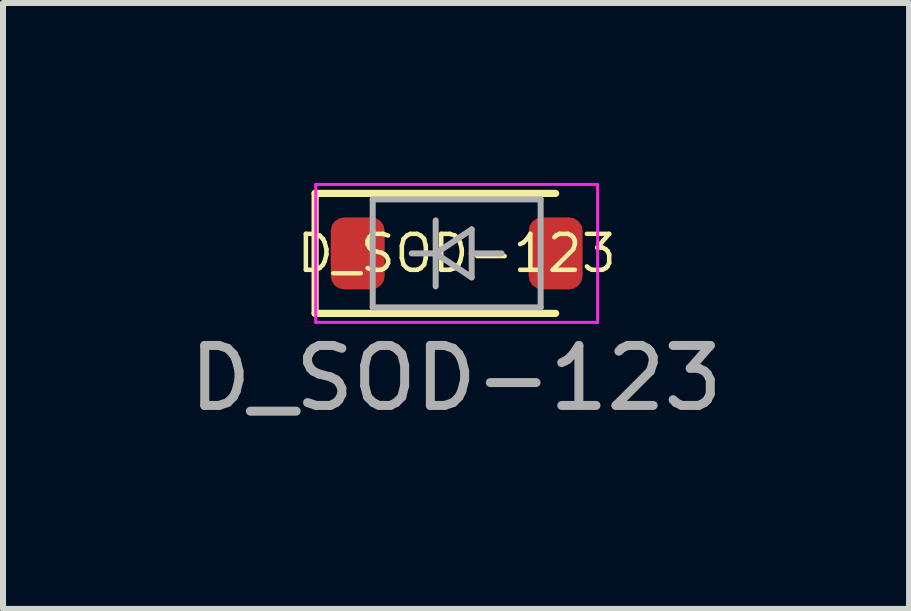
<source format=kicad_pcb>
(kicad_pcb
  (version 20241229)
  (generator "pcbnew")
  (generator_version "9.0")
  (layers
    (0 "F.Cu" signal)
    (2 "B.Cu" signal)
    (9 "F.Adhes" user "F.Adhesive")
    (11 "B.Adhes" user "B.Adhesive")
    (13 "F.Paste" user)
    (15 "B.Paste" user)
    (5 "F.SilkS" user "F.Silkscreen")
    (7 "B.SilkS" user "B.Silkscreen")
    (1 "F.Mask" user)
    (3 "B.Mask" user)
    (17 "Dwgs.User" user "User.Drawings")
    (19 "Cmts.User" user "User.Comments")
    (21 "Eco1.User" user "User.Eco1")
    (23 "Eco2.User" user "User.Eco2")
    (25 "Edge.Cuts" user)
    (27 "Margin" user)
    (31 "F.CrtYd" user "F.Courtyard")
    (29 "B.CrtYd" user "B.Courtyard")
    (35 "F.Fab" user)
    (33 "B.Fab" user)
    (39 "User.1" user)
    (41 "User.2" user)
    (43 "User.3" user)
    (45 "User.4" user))
  (footprint "D_SOD-123"
    (layer "F.Cu")
    (at 5.514 1.175)
    (property "Reference" "D_SOD-123" (at -0.95 0 0) (layer "F.SilkS") (effects (font (size 0.6 0.6) (thickness 0.075))))
    (attr smd)
    (fp_line (start -3.31 -1) (end -3.31 1) (stroke (width 0.12) (type solid)) (layer "F.SilkS"))
    (fp_line (start -3.31 -1) (end 0.7 -1) (stroke (width 0.12) (type solid)) (layer "F.SilkS"))
    (fp_line (start -3.31 1) (end 0.7 1) (stroke (width 0.12) (type solid)) (layer "F.SilkS"))
    (fp_line (start -3.3 -1.15) (end -3.3 1.15) (stroke (width 0.05) (type solid)) (layer "F.CrtYd"))
    (fp_line (start -3.3 -1.15) (end 1.4 -1.15) (stroke (width 0.05) (type solid)) (layer "F.CrtYd"))
    (fp_line (start 1.4 -1.15) (end 1.4 1.15) (stroke (width 0.05) (type solid)) (layer "F.CrtYd"))
    (fp_line (start 1.4 1.15) (end -3.3 1.15) (stroke (width 0.05) (type solid)) (layer "F.CrtYd"))
    (fp_line (start -2.35 -0.9) (end 0.45 -0.9) (stroke (width 0.1) (type solid)) (layer "F.Fab"))
    (fp_line (start -2.35 0.9) (end -2.35 -0.9) (stroke (width 0.1) (type solid)) (layer "F.Fab"))
    (fp_line (start -1.7 0) (end -1.3 0) (stroke (width 0.1) (type solid)) (layer "F.Fab"))
    (fp_line (start -1.3 0) (end -1.3 -0.55) (stroke (width 0.1) (type solid)) (layer "F.Fab"))
    (fp_line (start -1.3 0) (end -1.3 0.55) (stroke (width 0.1) (type solid)) (layer "F.Fab"))
    (fp_line (start -1.3 0) (end -0.7 -0.4) (stroke (width 0.1) (type solid)) (layer "F.Fab"))
    (fp_line (start -0.7 -0.4) (end -0.7 0.4) (stroke (width 0.1) (type solid)) (layer "F.Fab"))
    (fp_line (start -0.7 0) (end -0.2 0) (stroke (width 0.1) (type solid)) (layer "F.Fab"))
    (fp_line (start -0.7 0.4) (end -1.3 0) (stroke (width 0.1) (type solid)) (layer "F.Fab"))
    (fp_line (start 0.45 -0.9) (end 0.45 0.9) (stroke (width 0.1) (type solid)) (layer "F.Fab"))
    (fp_line (start 0.45 0.9) (end -2.35 0.9) (stroke (width 0.1) (type solid)) (layer "F.Fab"))
    (fp_text user "${REFERENCE}" (at -0.96 2.08 0) (layer "F.Fab") (effects (font (size 1 1) (thickness 0.15))))
    (pad "1" smd roundrect (at -2.6 0) (size 0.9 1.2) (layers "F.Cu" "F.Mask" "F.Paste") (roundrect_rratio 0.25))
    (pad "2" smd roundrect (at 0.7 0) (size 0.9 1.2) (layers "F.Cu" "F.Mask" "F.Paste") (roundrect_rratio 0.25)))
  (gr_rect
    (start -3 -3)
    (end 12.107 7.103)
    (stroke (width 0.1) (type default))
    (fill no)
    (layer "Edge.Cuts")))
</source>
